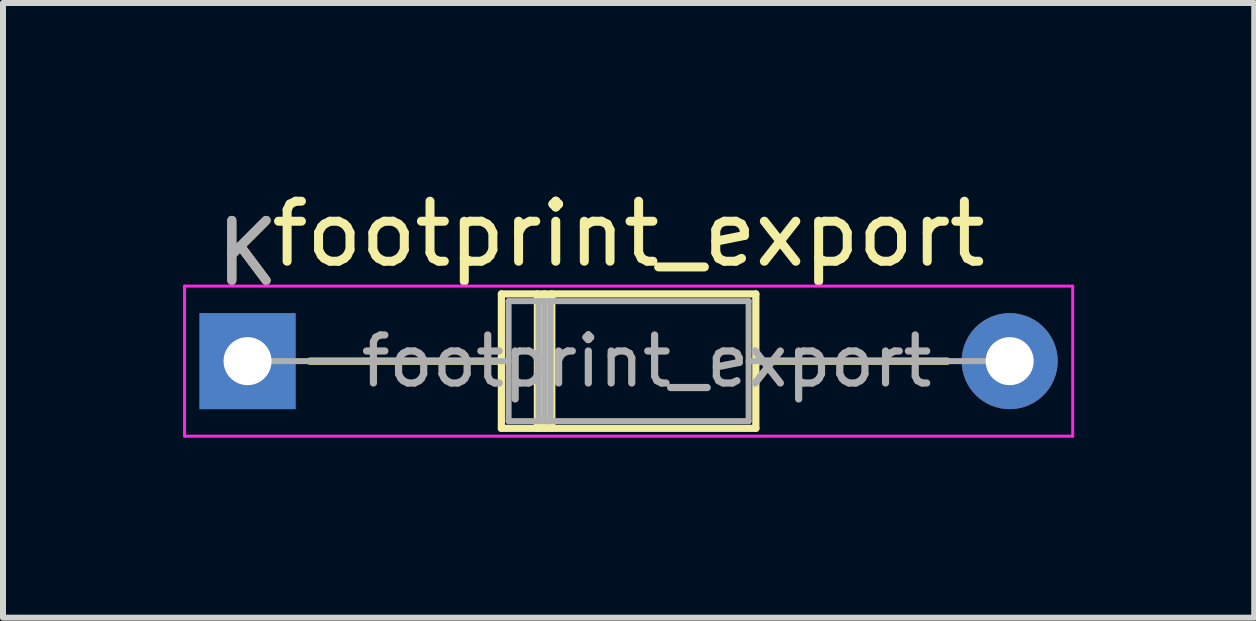
<source format=kicad_pcb>
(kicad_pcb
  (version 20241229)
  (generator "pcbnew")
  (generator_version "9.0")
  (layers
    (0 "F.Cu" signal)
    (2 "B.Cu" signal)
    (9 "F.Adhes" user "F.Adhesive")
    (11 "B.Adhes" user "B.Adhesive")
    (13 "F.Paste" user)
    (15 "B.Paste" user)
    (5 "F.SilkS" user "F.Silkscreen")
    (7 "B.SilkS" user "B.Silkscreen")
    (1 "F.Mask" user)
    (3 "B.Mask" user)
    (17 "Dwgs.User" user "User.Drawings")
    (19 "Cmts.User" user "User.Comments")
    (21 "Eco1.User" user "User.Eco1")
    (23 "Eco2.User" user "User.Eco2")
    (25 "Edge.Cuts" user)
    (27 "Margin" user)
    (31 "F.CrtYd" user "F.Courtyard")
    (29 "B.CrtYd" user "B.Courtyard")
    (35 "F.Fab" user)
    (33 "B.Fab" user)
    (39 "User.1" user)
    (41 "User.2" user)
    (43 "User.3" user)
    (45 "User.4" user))
  (footprint "footprint_export"
    (layer "F.Cu")
    (at 1.075 2.968)
    (property "Reference" "footprint_export" (at 6.35 -2.12 0) (layer "F.SilkS") (effects (font (size 1 1) (thickness 0.15))))
    (attr through_hole)
    (fp_line (start 1.04 0) (end 4.23 0) (stroke (width 0.12) (type solid)) (layer "F.SilkS"))
    (fp_line (start 4.23 -1.12) (end 4.23 1.12) (stroke (width 0.12) (type solid)) (layer "F.SilkS"))
    (fp_line (start 4.23 1.12) (end 8.47 1.12) (stroke (width 0.12) (type solid)) (layer "F.SilkS"))
    (fp_line (start 4.83 -1.12) (end 4.83 1.12) (stroke (width 0.12) (type solid)) (layer "F.SilkS"))
    (fp_line (start 4.95 -1.12) (end 4.95 1.12) (stroke (width 0.12) (type solid)) (layer "F.SilkS"))
    (fp_line (start 5.07 -1.12) (end 5.07 1.12) (stroke (width 0.12) (type solid)) (layer "F.SilkS"))
    (fp_line (start 8.47 -1.12) (end 4.23 -1.12) (stroke (width 0.12) (type solid)) (layer "F.SilkS"))
    (fp_line (start 8.47 1.12) (end 8.47 -1.12) (stroke (width 0.12) (type solid)) (layer "F.SilkS"))
    (fp_line (start 11.66 0) (end 8.47 0) (stroke (width 0.12) (type solid)) (layer "F.SilkS"))
    (fp_line (start -1.05 -1.25) (end -1.05 1.25) (stroke (width 0.05) (type solid)) (layer "F.CrtYd"))
    (fp_line (start -1.05 1.25) (end 13.75 1.25) (stroke (width 0.05) (type solid)) (layer "F.CrtYd"))
    (fp_line (start 13.75 -1.25) (end -1.05 -1.25) (stroke (width 0.05) (type solid)) (layer "F.CrtYd"))
    (fp_line (start 13.75 1.25) (end 13.75 -1.25) (stroke (width 0.05) (type solid)) (layer "F.CrtYd"))
    (fp_line (start 0 0) (end 4.35 0) (stroke (width 0.1) (type solid)) (layer "F.Fab"))
    (fp_line (start 4.35 -1) (end 4.35 1) (stroke (width 0.1) (type solid)) (layer "F.Fab"))
    (fp_line (start 4.35 1) (end 8.35 1) (stroke (width 0.1) (type solid)) (layer "F.Fab"))
    (fp_line (start 4.85 -1) (end 4.85 1) (stroke (width 0.1) (type solid)) (layer "F.Fab"))
    (fp_line (start 4.95 -1) (end 4.95 1) (stroke (width 0.1) (type solid)) (layer "F.Fab"))
    (fp_line (start 5.05 -1) (end 5.05 1) (stroke (width 0.1) (type solid)) (layer "F.Fab"))
    (fp_line (start 8.35 -1) (end 4.35 -1) (stroke (width 0.1) (type solid)) (layer "F.Fab"))
    (fp_line (start 8.35 1) (end 8.35 -1) (stroke (width 0.1) (type solid)) (layer "F.Fab"))
    (fp_line (start 12.7 0) (end 8.35 0) (stroke (width 0.1) (type solid)) (layer "F.Fab"))
    (fp_text user "K" (at 0 -1.8 0) (layer "F.SilkS") (effects (font (size 1 1) (thickness 0.15))))
    (fp_text user "${REFERENCE}" (at 6.65 0 0) (layer "F.Fab") (effects (font (size 0.8 0.8) (thickness 0.12))))
    (fp_text user "K" (at 0 -1.8 0) (layer "F.Fab") (effects (font (size 1 1) (thickness 0.15))))
    (pad "1" thru_hole rect (at 0 0) (size 1.6 1.6) (drill 0.8) (layers "*.Cu" "*.Mask"))
    (pad "2" thru_hole oval (at 12.7 0) (size 1.6 1.6) (drill 0.8) (layers "*.Cu" "*.Mask")))
  (gr_rect
    (start -3 -3)
    (end 17.85 7.243)
    (stroke (width 0.1) (type default))
    (fill no)
    (layer "Edge.Cuts")))
</source>
